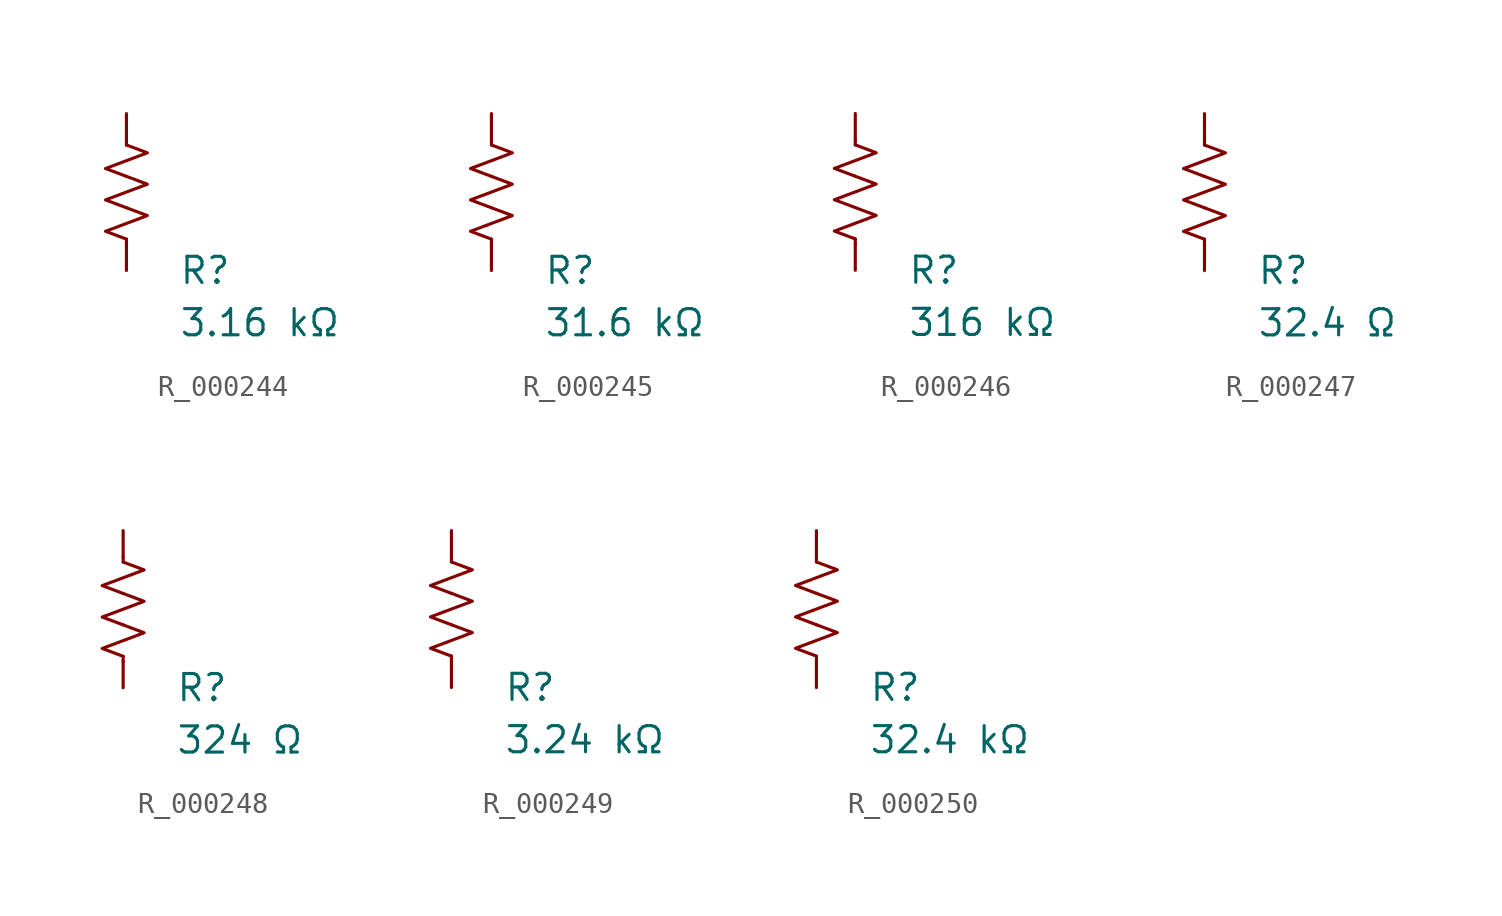
<source format=kicad_sym>
(kicad_symbol_lib
  (version 20231120)
  (generator "kicad_symbol_editor")
  (generator_version "8.0")
  (symbol "R_000244"
    (pin_numbers hide)
    (pin_names
      (offset 0))
    (property "Reference" "R"
      (at 2.54 -3.81 0)
      (effects (font (size 1.27 1.27)) (justify left))
      (show_name no))
    (property "Value" "3.16 kΩ"
      (at 2.54 -6.35 0)
      (effects (font (size 1.27 1.27)) (justify left))
      (show_name no))
    (symbol "R_000244_0_1"
      (polyline (pts (xy 0 -2.286) (xy 0 -2.54)) (stroke (width 0) (type default)) (fill (type none)))
      (polyline (pts (xy 0 2.286) (xy 0 2.54)) (stroke (width 0) (type default)) (fill (type none)))
      (polyline (pts (xy 0 -0.762) (xy 1.016 -1.143) (xy 0 -1.524) (xy -1.016 -1.905) (xy 0 -2.286)) (stroke (width 0) (type default)) (fill (type none)))
      (polyline (pts (xy 0 0.762) (xy 1.016 0.381) (xy 0 0) (xy -1.016 -0.381) (xy 0 -0.762)) (stroke (width 0) (type default)) (fill (type none)))
      (polyline (pts (xy 0 2.286) (xy 1.016 1.905) (xy 0 1.524) (xy -1.016 1.143) (xy 0 0.762)) (stroke (width 0) (type default)) (fill (type none))))
    (symbol "R_000244_1_1"
      (pin passive line (at 0 3.81 270) (length 1.27) (name "~" (effects (font (size 1.27 1.27)))) (number "1" (effects (font (size 1.27 1.27)))))
      (pin passive line (at 0 -3.81 90) (length 1.27) (name "~" (effects (font (size 1.27 1.27)))) (number "2" (effects (font (size 1.27 1.27)))))))
  (symbol "R_000245"
    (pin_numbers hide)
    (pin_names
      (offset 0))
    (property "Reference" "R"
      (at 2.54 -3.81 0)
      (effects (font (size 1.27 1.27)) (justify left))
      (show_name no))
    (property "Value" "31.6 kΩ"
      (at 2.54 -6.35 0)
      (effects (font (size 1.27 1.27)) (justify left))
      (show_name no))
    (symbol "R_000245_0_1"
      (polyline (pts (xy 0 -2.286) (xy 0 -2.54)) (stroke (width 0) (type default)) (fill (type none)))
      (polyline (pts (xy 0 2.286) (xy 0 2.54)) (stroke (width 0) (type default)) (fill (type none)))
      (polyline (pts (xy 0 -0.762) (xy 1.016 -1.143) (xy 0 -1.524) (xy -1.016 -1.905) (xy 0 -2.286)) (stroke (width 0) (type default)) (fill (type none)))
      (polyline (pts (xy 0 0.762) (xy 1.016 0.381) (xy 0 0) (xy -1.016 -0.381) (xy 0 -0.762)) (stroke (width 0) (type default)) (fill (type none)))
      (polyline (pts (xy 0 2.286) (xy 1.016 1.905) (xy 0 1.524) (xy -1.016 1.143) (xy 0 0.762)) (stroke (width 0) (type default)) (fill (type none))))
    (symbol "R_000245_1_1"
      (pin passive line (at 0 3.81 270) (length 1.27) (name "~" (effects (font (size 1.27 1.27)))) (number "1" (effects (font (size 1.27 1.27)))))
      (pin passive line (at 0 -3.81 90) (length 1.27) (name "~" (effects (font (size 1.27 1.27)))) (number "2" (effects (font (size 1.27 1.27)))))))
  (symbol "R_000246"
    (pin_numbers hide)
    (pin_names
      (offset 0))
    (property "Reference" "R"
      (at 2.54 -3.81 0)
      (effects (font (size 1.27 1.27)) (justify left))
      (show_name no))
    (property "Value" "316 kΩ"
      (at 2.54 -6.35 0)
      (effects (font (size 1.27 1.27)) (justify left))
      (show_name no))
    (symbol "R_000246_0_1"
      (polyline (pts (xy 0 -2.286) (xy 0 -2.54)) (stroke (width 0) (type default)) (fill (type none)))
      (polyline (pts (xy 0 2.286) (xy 0 2.54)) (stroke (width 0) (type default)) (fill (type none)))
      (polyline (pts (xy 0 -0.762) (xy 1.016 -1.143) (xy 0 -1.524) (xy -1.016 -1.905) (xy 0 -2.286)) (stroke (width 0) (type default)) (fill (type none)))
      (polyline (pts (xy 0 0.762) (xy 1.016 0.381) (xy 0 0) (xy -1.016 -0.381) (xy 0 -0.762)) (stroke (width 0) (type default)) (fill (type none)))
      (polyline (pts (xy 0 2.286) (xy 1.016 1.905) (xy 0 1.524) (xy -1.016 1.143) (xy 0 0.762)) (stroke (width 0) (type default)) (fill (type none))))
    (symbol "R_000246_1_1"
      (pin passive line (at 0 3.81 270) (length 1.27) (name "~" (effects (font (size 1.27 1.27)))) (number "1" (effects (font (size 1.27 1.27)))))
      (pin passive line (at 0 -3.81 90) (length 1.27) (name "~" (effects (font (size 1.27 1.27)))) (number "2" (effects (font (size 1.27 1.27)))))))
  (symbol "R_000247"
    (pin_numbers hide)
    (pin_names
      (offset 0))
    (property "Reference" "R"
      (at 2.54 -3.81 0)
      (effects (font (size 1.27 1.27)) (justify left))
      (show_name no))
    (property "Value" "32.4 Ω"
      (at 2.54 -6.35 0)
      (effects (font (size 1.27 1.27)) (justify left))
      (show_name no))
    (symbol "R_000247_0_1"
      (polyline (pts (xy 0 -2.286) (xy 0 -2.54)) (stroke (width 0) (type default)) (fill (type none)))
      (polyline (pts (xy 0 2.286) (xy 0 2.54)) (stroke (width 0) (type default)) (fill (type none)))
      (polyline (pts (xy 0 -0.762) (xy 1.016 -1.143) (xy 0 -1.524) (xy -1.016 -1.905) (xy 0 -2.286)) (stroke (width 0) (type default)) (fill (type none)))
      (polyline (pts (xy 0 0.762) (xy 1.016 0.381) (xy 0 0) (xy -1.016 -0.381) (xy 0 -0.762)) (stroke (width 0) (type default)) (fill (type none)))
      (polyline (pts (xy 0 2.286) (xy 1.016 1.905) (xy 0 1.524) (xy -1.016 1.143) (xy 0 0.762)) (stroke (width 0) (type default)) (fill (type none))))
    (symbol "R_000247_1_1"
      (pin passive line (at 0 3.81 270) (length 1.27) (name "~" (effects (font (size 1.27 1.27)))) (number "1" (effects (font (size 1.27 1.27)))))
      (pin passive line (at 0 -3.81 90) (length 1.27) (name "~" (effects (font (size 1.27 1.27)))) (number "2" (effects (font (size 1.27 1.27)))))))
  (symbol "R_000248"
    (pin_numbers hide)
    (pin_names
      (offset 0))
    (property "Reference" "R"
      (at 2.54 -3.81 0)
      (effects (font (size 1.27 1.27)) (justify left))
      (show_name no))
    (property "Value" "324 Ω"
      (at 2.54 -6.35 0)
      (effects (font (size 1.27 1.27)) (justify left))
      (show_name no))
    (symbol "R_000248_0_1"
      (polyline (pts (xy 0 -2.286) (xy 0 -2.54)) (stroke (width 0) (type default)) (fill (type none)))
      (polyline (pts (xy 0 2.286) (xy 0 2.54)) (stroke (width 0) (type default)) (fill (type none)))
      (polyline (pts (xy 0 -0.762) (xy 1.016 -1.143) (xy 0 -1.524) (xy -1.016 -1.905) (xy 0 -2.286)) (stroke (width 0) (type default)) (fill (type none)))
      (polyline (pts (xy 0 0.762) (xy 1.016 0.381) (xy 0 0) (xy -1.016 -0.381) (xy 0 -0.762)) (stroke (width 0) (type default)) (fill (type none)))
      (polyline (pts (xy 0 2.286) (xy 1.016 1.905) (xy 0 1.524) (xy -1.016 1.143) (xy 0 0.762)) (stroke (width 0) (type default)) (fill (type none))))
    (symbol "R_000248_1_1"
      (pin passive line (at 0 3.81 270) (length 1.27) (name "~" (effects (font (size 1.27 1.27)))) (number "1" (effects (font (size 1.27 1.27)))))
      (pin passive line (at 0 -3.81 90) (length 1.27) (name "~" (effects (font (size 1.27 1.27)))) (number "2" (effects (font (size 1.27 1.27)))))))
  (symbol "R_000249"
    (pin_numbers hide)
    (pin_names
      (offset 0))
    (property "Reference" "R"
      (at 2.54 -3.81 0)
      (effects (font (size 1.27 1.27)) (justify left))
      (show_name no))
    (property "Value" "3.24 kΩ"
      (at 2.54 -6.35 0)
      (effects (font (size 1.27 1.27)) (justify left))
      (show_name no))
    (symbol "R_000249_0_1"
      (polyline (pts (xy 0 -2.286) (xy 0 -2.54)) (stroke (width 0) (type default)) (fill (type none)))
      (polyline (pts (xy 0 2.286) (xy 0 2.54)) (stroke (width 0) (type default)) (fill (type none)))
      (polyline (pts (xy 0 -0.762) (xy 1.016 -1.143) (xy 0 -1.524) (xy -1.016 -1.905) (xy 0 -2.286)) (stroke (width 0) (type default)) (fill (type none)))
      (polyline (pts (xy 0 0.762) (xy 1.016 0.381) (xy 0 0) (xy -1.016 -0.381) (xy 0 -0.762)) (stroke (width 0) (type default)) (fill (type none)))
      (polyline (pts (xy 0 2.286) (xy 1.016 1.905) (xy 0 1.524) (xy -1.016 1.143) (xy 0 0.762)) (stroke (width 0) (type default)) (fill (type none))))
    (symbol "R_000249_1_1"
      (pin passive line (at 0 3.81 270) (length 1.27) (name "~" (effects (font (size 1.27 1.27)))) (number "1" (effects (font (size 1.27 1.27)))))
      (pin passive line (at 0 -3.81 90) (length 1.27) (name "~" (effects (font (size 1.27 1.27)))) (number "2" (effects (font (size 1.27 1.27)))))))
  (symbol "R_000250"
    (pin_numbers hide)
    (pin_names
      (offset 0))
    (property "Reference" "R"
      (at 2.54 -3.81 0)
      (effects (font (size 1.27 1.27)) (justify left))
      (show_name no))
    (property "Value" "32.4 kΩ"
      (at 2.54 -6.35 0)
      (effects (font (size 1.27 1.27)) (justify left))
      (show_name no))
    (symbol "R_000250_0_1"
      (polyline (pts (xy 0 -2.286) (xy 0 -2.54)) (stroke (width 0) (type default)) (fill (type none)))
      (polyline (pts (xy 0 2.286) (xy 0 2.54)) (stroke (width 0) (type default)) (fill (type none)))
      (polyline (pts (xy 0 -0.762) (xy 1.016 -1.143) (xy 0 -1.524) (xy -1.016 -1.905) (xy 0 -2.286)) (stroke (width 0) (type default)) (fill (type none)))
      (polyline (pts (xy 0 0.762) (xy 1.016 0.381) (xy 0 0) (xy -1.016 -0.381) (xy 0 -0.762)) (stroke (width 0) (type default)) (fill (type none)))
      (polyline (pts (xy 0 2.286) (xy 1.016 1.905) (xy 0 1.524) (xy -1.016 1.143) (xy 0 0.762)) (stroke (width 0) (type default)) (fill (type none))))
    (symbol "R_000250_1_1"
      (pin passive line (at 0 3.81 270) (length 1.27) (name "~" (effects (font (size 1.27 1.27)))) (number "1" (effects (font (size 1.27 1.27)))))
      (pin passive line (at 0 -3.81 90) (length 1.27) (name "~" (effects (font (size 1.27 1.27)))) (number "2" (effects (font (size 1.27 1.27))))))))
</source>
